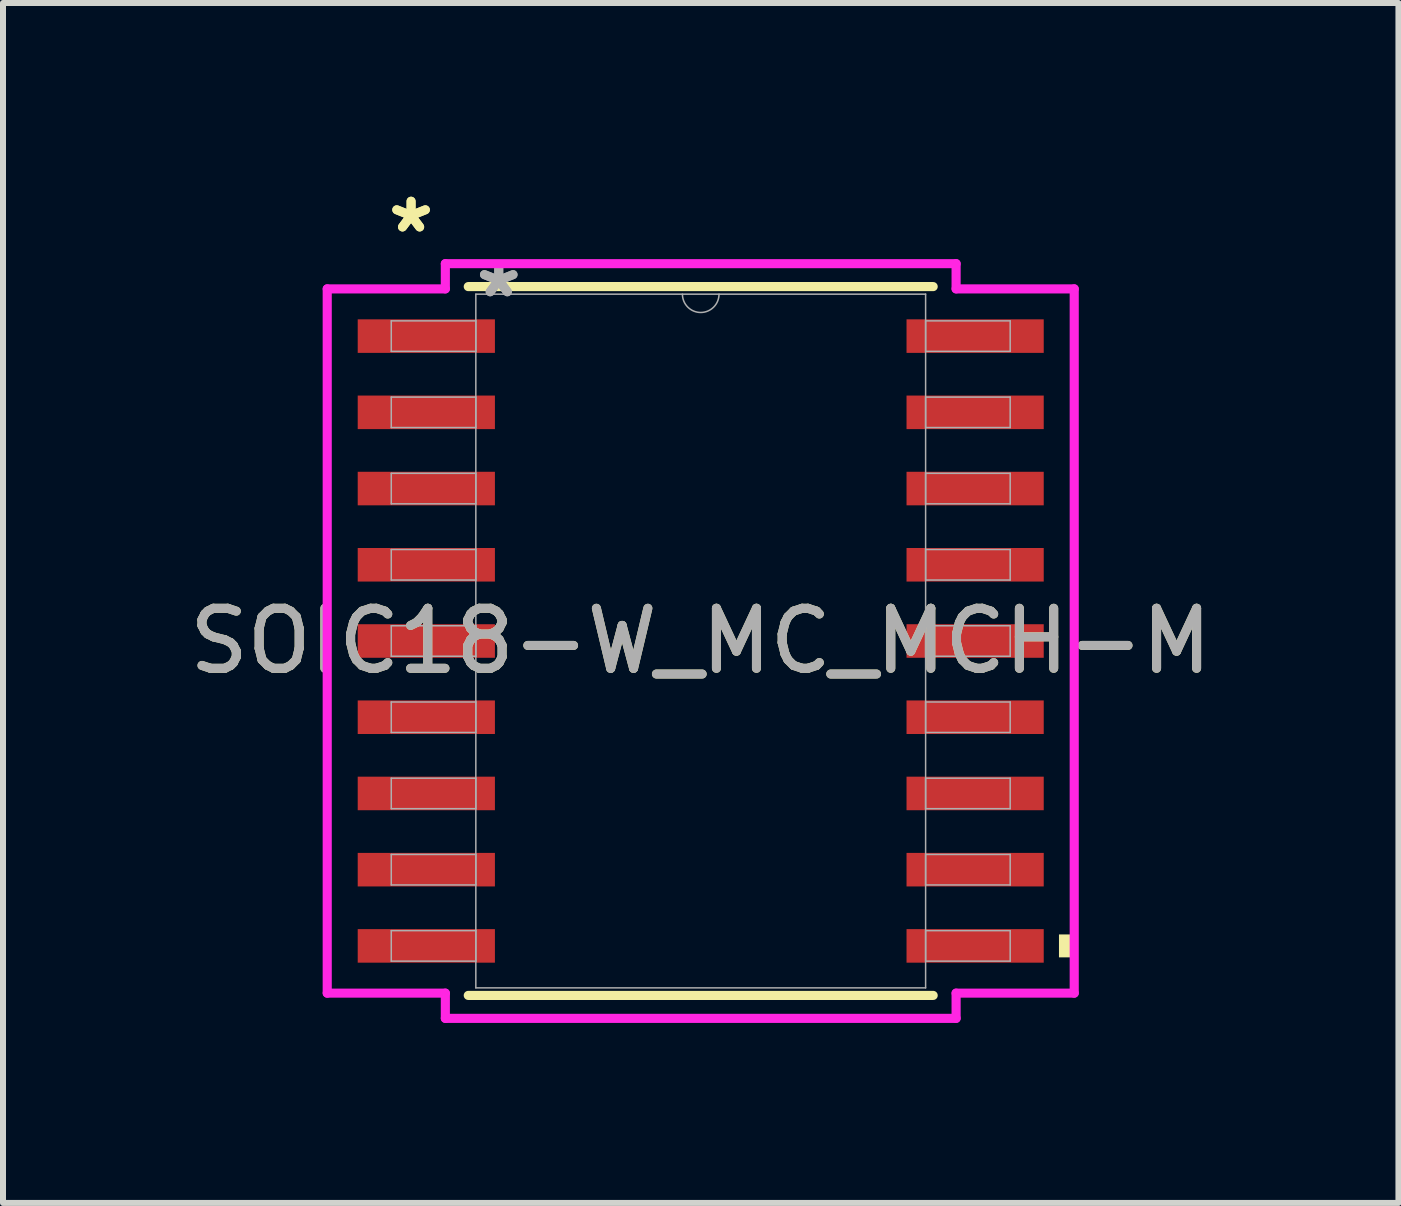
<source format=kicad_pcb>
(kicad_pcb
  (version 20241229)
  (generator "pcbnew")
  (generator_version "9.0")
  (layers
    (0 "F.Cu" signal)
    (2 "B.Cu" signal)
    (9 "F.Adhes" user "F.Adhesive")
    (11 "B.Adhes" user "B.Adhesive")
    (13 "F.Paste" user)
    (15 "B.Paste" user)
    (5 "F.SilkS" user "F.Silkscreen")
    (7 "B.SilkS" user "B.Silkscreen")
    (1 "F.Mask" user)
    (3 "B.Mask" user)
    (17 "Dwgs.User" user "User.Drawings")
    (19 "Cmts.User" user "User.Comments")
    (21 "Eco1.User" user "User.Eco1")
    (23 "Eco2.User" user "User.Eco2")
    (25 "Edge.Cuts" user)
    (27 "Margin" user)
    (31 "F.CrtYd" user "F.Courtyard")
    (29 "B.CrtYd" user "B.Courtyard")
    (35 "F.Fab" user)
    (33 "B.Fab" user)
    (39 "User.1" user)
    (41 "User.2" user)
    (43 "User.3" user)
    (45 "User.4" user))
  (footprint "SOIC18-W_MC_MCH-M"
    (layer "F.Cu")
    (at 8.625 7.63)
    (property "Reference" "SOIC18-W_MC_MCH-M" (at 0 0 0) (unlocked yes) (layer "F.SilkS") (effects (font (size 1 1) (thickness 0.15))))
    (attr smd)
    (fp_line (start -3.873 5.905) (end 3.873 5.905) (stroke (width 0.152) (type solid)) (layer "F.SilkS"))
    (fp_line (start 3.873 -5.905) (end -3.873 -5.905) (stroke (width 0.152) (type solid)) (layer "F.SilkS"))
    (fp_poly (pts (xy 6.223 4.889) (xy 6.223 5.271) (xy 5.969 5.271) (xy 5.969 4.889)) (stroke (width 0) (type solid)) (fill yes) (layer "F.SilkS"))
    (fp_line (start -6.223 -5.867) (end -4.255 -5.867) (stroke (width 0.152) (type solid)) (layer "F.CrtYd"))
    (fp_line (start -6.223 5.867) (end -6.223 -5.867) (stroke (width 0.152) (type solid)) (layer "F.CrtYd"))
    (fp_line (start -6.223 5.867) (end -4.255 5.867) (stroke (width 0.152) (type solid)) (layer "F.CrtYd"))
    (fp_line (start -4.255 -6.287) (end 4.255 -6.287) (stroke (width 0.152) (type solid)) (layer "F.CrtYd"))
    (fp_line (start -4.255 -5.867) (end -4.255 -6.287) (stroke (width 0.152) (type solid)) (layer "F.CrtYd"))
    (fp_line (start -4.255 6.287) (end -4.255 5.867) (stroke (width 0.152) (type solid)) (layer "F.CrtYd"))
    (fp_line (start 4.255 -6.287) (end 4.255 -5.867) (stroke (width 0.152) (type solid)) (layer "F.CrtYd"))
    (fp_line (start 4.255 5.867) (end 4.255 6.287) (stroke (width 0.152) (type solid)) (layer "F.CrtYd"))
    (fp_line (start 4.255 6.287) (end -4.255 6.287) (stroke (width 0.152) (type solid)) (layer "F.CrtYd"))
    (fp_line (start 6.223 -5.867) (end 4.255 -5.867) (stroke (width 0.152) (type solid)) (layer "F.CrtYd"))
    (fp_line (start 6.223 -5.867) (end 6.223 5.867) (stroke (width 0.152) (type solid)) (layer "F.CrtYd"))
    (fp_line (start 6.223 5.867) (end 4.255 5.867) (stroke (width 0.152) (type solid)) (layer "F.CrtYd"))
    (fp_line (start -5.156 -5.334) (end -5.156 -4.826) (stroke (width 0.025) (type solid)) (layer "F.Fab"))
    (fp_line (start -5.156 -4.826) (end -3.747 -4.826) (stroke (width 0.025) (type solid)) (layer "F.Fab"))
    (fp_line (start -5.156 -4.064) (end -5.156 -3.556) (stroke (width 0.025) (type solid)) (layer "F.Fab"))
    (fp_line (start -5.156 -3.556) (end -3.747 -3.556) (stroke (width 0.025) (type solid)) (layer "F.Fab"))
    (fp_line (start -5.156 -2.794) (end -5.156 -2.286) (stroke (width 0.025) (type solid)) (layer "F.Fab"))
    (fp_line (start -5.156 -2.286) (end -3.747 -2.286) (stroke (width 0.025) (type solid)) (layer "F.Fab"))
    (fp_line (start -5.156 -1.524) (end -5.156 -1.016) (stroke (width 0.025) (type solid)) (layer "F.Fab"))
    (fp_line (start -5.156 -1.016) (end -3.747 -1.016) (stroke (width 0.025) (type solid)) (layer "F.Fab"))
    (fp_line (start -5.156 -0.254) (end -5.156 0.254) (stroke (width 0.025) (type solid)) (layer "F.Fab"))
    (fp_line (start -5.156 0.254) (end -3.747 0.254) (stroke (width 0.025) (type solid)) (layer "F.Fab"))
    (fp_line (start -5.156 1.016) (end -5.156 1.524) (stroke (width 0.025) (type solid)) (layer "F.Fab"))
    (fp_line (start -5.156 1.524) (end -3.747 1.524) (stroke (width 0.025) (type solid)) (layer "F.Fab"))
    (fp_line (start -5.156 2.286) (end -5.156 2.794) (stroke (width 0.025) (type solid)) (layer "F.Fab"))
    (fp_line (start -5.156 2.794) (end -3.747 2.794) (stroke (width 0.025) (type solid)) (layer "F.Fab"))
    (fp_line (start -5.156 3.556) (end -5.156 4.064) (stroke (width 0.025) (type solid)) (layer "F.Fab"))
    (fp_line (start -5.156 4.064) (end -3.747 4.064) (stroke (width 0.025) (type solid)) (layer "F.Fab"))
    (fp_line (start -5.156 4.826) (end -5.156 5.334) (stroke (width 0.025) (type solid)) (layer "F.Fab"))
    (fp_line (start -5.156 5.334) (end -3.747 5.334) (stroke (width 0.025) (type solid)) (layer "F.Fab"))
    (fp_line (start -3.747 -5.779) (end -3.747 5.779) (stroke (width 0.025) (type solid)) (layer "F.Fab"))
    (fp_line (start -3.747 -5.334) (end -5.156 -5.334) (stroke (width 0.025) (type solid)) (layer "F.Fab"))
    (fp_line (start -3.747 -4.826) (end -3.747 -5.334) (stroke (width 0.025) (type solid)) (layer "F.Fab"))
    (fp_line (start -3.747 -4.064) (end -5.156 -4.064) (stroke (width 0.025) (type solid)) (layer "F.Fab"))
    (fp_line (start -3.747 -3.556) (end -3.747 -4.064) (stroke (width 0.025) (type solid)) (layer "F.Fab"))
    (fp_line (start -3.747 -2.794) (end -5.156 -2.794) (stroke (width 0.025) (type solid)) (layer "F.Fab"))
    (fp_line (start -3.747 -2.286) (end -3.747 -2.794) (stroke (width 0.025) (type solid)) (layer "F.Fab"))
    (fp_line (start -3.747 -1.524) (end -5.156 -1.524) (stroke (width 0.025) (type solid)) (layer "F.Fab"))
    (fp_line (start -3.747 -1.016) (end -3.747 -1.524) (stroke (width 0.025) (type solid)) (layer "F.Fab"))
    (fp_line (start -3.747 -0.254) (end -5.156 -0.254) (stroke (width 0.025) (type solid)) (layer "F.Fab"))
    (fp_line (start -3.747 0.254) (end -3.747 -0.254) (stroke (width 0.025) (type solid)) (layer "F.Fab"))
    (fp_line (start -3.747 1.016) (end -5.156 1.016) (stroke (width 0.025) (type solid)) (layer "F.Fab"))
    (fp_line (start -3.747 1.524) (end -3.747 1.016) (stroke (width 0.025) (type solid)) (layer "F.Fab"))
    (fp_line (start -3.747 2.286) (end -5.156 2.286) (stroke (width 0.025) (type solid)) (layer "F.Fab"))
    (fp_line (start -3.747 2.794) (end -3.747 2.286) (stroke (width 0.025) (type solid)) (layer "F.Fab"))
    (fp_line (start -3.747 3.556) (end -5.156 3.556) (stroke (width 0.025) (type solid)) (layer "F.Fab"))
    (fp_line (start -3.747 4.064) (end -3.747 3.556) (stroke (width 0.025) (type solid)) (layer "F.Fab"))
    (fp_line (start -3.747 4.826) (end -5.156 4.826) (stroke (width 0.025) (type solid)) (layer "F.Fab"))
    (fp_line (start -3.747 5.334) (end -3.747 4.826) (stroke (width 0.025) (type solid)) (layer "F.Fab"))
    (fp_line (start -3.747 5.779) (end 3.747 5.779) (stroke (width 0.025) (type solid)) (layer "F.Fab"))
    (fp_line (start 3.747 -5.779) (end -3.747 -5.779) (stroke (width 0.025) (type solid)) (layer "F.Fab"))
    (fp_line (start 3.747 -5.334) (end 3.747 -4.826) (stroke (width 0.025) (type solid)) (layer "F.Fab"))
    (fp_line (start 3.747 -4.826) (end 5.156 -4.826) (stroke (width 0.025) (type solid)) (layer "F.Fab"))
    (fp_line (start 3.747 -4.064) (end 3.747 -3.556) (stroke (width 0.025) (type solid)) (layer "F.Fab"))
    (fp_line (start 3.747 -3.556) (end 5.156 -3.556) (stroke (width 0.025) (type solid)) (layer "F.Fab"))
    (fp_line (start 3.747 -2.794) (end 3.747 -2.286) (stroke (width 0.025) (type solid)) (layer "F.Fab"))
    (fp_line (start 3.747 -2.286) (end 5.156 -2.286) (stroke (width 0.025) (type solid)) (layer "F.Fab"))
    (fp_line (start 3.747 -1.524) (end 3.747 -1.016) (stroke (width 0.025) (type solid)) (layer "F.Fab"))
    (fp_line (start 3.747 -1.016) (end 5.156 -1.016) (stroke (width 0.025) (type solid)) (layer "F.Fab"))
    (fp_line (start 3.747 -0.254) (end 3.747 0.254) (stroke (width 0.025) (type solid)) (layer "F.Fab"))
    (fp_line (start 3.747 0.254) (end 5.156 0.254) (stroke (width 0.025) (type solid)) (layer "F.Fab"))
    (fp_line (start 3.747 1.016) (end 3.747 1.524) (stroke (width 0.025) (type solid)) (layer "F.Fab"))
    (fp_line (start 3.747 1.524) (end 5.156 1.524) (stroke (width 0.025) (type solid)) (layer "F.Fab"))
    (fp_line (start 3.747 2.286) (end 3.747 2.794) (stroke (width 0.025) (type solid)) (layer "F.Fab"))
    (fp_line (start 3.747 2.794) (end 5.156 2.794) (stroke (width 0.025) (type solid)) (layer "F.Fab"))
    (fp_line (start 3.747 3.556) (end 3.747 4.064) (stroke (width 0.025) (type solid)) (layer "F.Fab"))
    (fp_line (start 3.747 4.064) (end 5.156 4.064) (stroke (width 0.025) (type solid)) (layer "F.Fab"))
    (fp_line (start 3.747 4.826) (end 3.747 5.334) (stroke (width 0.025) (type solid)) (layer "F.Fab"))
    (fp_line (start 3.747 5.334) (end 5.156 5.334) (stroke (width 0.025) (type solid)) (layer "F.Fab"))
    (fp_line (start 3.747 5.779) (end 3.747 -5.779) (stroke (width 0.025) (type solid)) (layer "F.Fab"))
    (fp_line (start 5.156 -5.334) (end 3.747 -5.334) (stroke (width 0.025) (type solid)) (layer "F.Fab"))
    (fp_line (start 5.156 -4.826) (end 5.156 -5.334) (stroke (width 0.025) (type solid)) (layer "F.Fab"))
    (fp_line (start 5.156 -4.064) (end 3.747 -4.064) (stroke (width 0.025) (type solid)) (layer "F.Fab"))
    (fp_line (start 5.156 -3.556) (end 5.156 -4.064) (stroke (width 0.025) (type solid)) (layer "F.Fab"))
    (fp_line (start 5.156 -2.794) (end 3.747 -2.794) (stroke (width 0.025) (type solid)) (layer "F.Fab"))
    (fp_line (start 5.156 -2.286) (end 5.156 -2.794) (stroke (width 0.025) (type solid)) (layer "F.Fab"))
    (fp_line (start 5.156 -1.524) (end 3.747 -1.524) (stroke (width 0.025) (type solid)) (layer "F.Fab"))
    (fp_line (start 5.156 -1.016) (end 5.156 -1.524) (stroke (width 0.025) (type solid)) (layer "F.Fab"))
    (fp_line (start 5.156 -0.254) (end 3.747 -0.254) (stroke (width 0.025) (type solid)) (layer "F.Fab"))
    (fp_line (start 5.156 0.254) (end 5.156 -0.254) (stroke (width 0.025) (type solid)) (layer "F.Fab"))
    (fp_line (start 5.156 1.016) (end 3.747 1.016) (stroke (width 0.025) (type solid)) (layer "F.Fab"))
    (fp_line (start 5.156 1.524) (end 5.156 1.016) (stroke (width 0.025) (type solid)) (layer "F.Fab"))
    (fp_line (start 5.156 2.286) (end 3.747 2.286) (stroke (width 0.025) (type solid)) (layer "F.Fab"))
    (fp_line (start 5.156 2.794) (end 5.156 2.286) (stroke (width 0.025) (type solid)) (layer "F.Fab"))
    (fp_line (start 5.156 3.556) (end 3.747 3.556) (stroke (width 0.025) (type solid)) (layer "F.Fab"))
    (fp_line (start 5.156 4.064) (end 5.156 3.556) (stroke (width 0.025) (type solid)) (layer "F.Fab"))
    (fp_line (start 5.156 4.826) (end 3.747 4.826) (stroke (width 0.025) (type solid)) (layer "F.Fab"))
    (fp_line (start 5.156 5.334) (end 5.156 4.826) (stroke (width 0.025) (type solid)) (layer "F.Fab"))
    (fp_arc (start 0.3048 -5.7785) (mid 0 -5.4737) (end -0.3048 -5.7785) (stroke (width 0.0254) (type solid)) (layer "F.Fab"))
    (fp_text user "*" (at -4.826 -6.782 0) (unlocked yes) (layer "F.SilkS") (effects (font (size 1 1) (thickness 0.15))))
    (fp_text user "*" (at -4.826 -6.782 0) (layer "F.SilkS") (effects (font (size 1 1) (thickness 0.15))))
    (fp_text user "*" (at -3.365 -5.702 0) (layer "F.Fab") (effects (font (size 1 1) (thickness 0.15))))
    (fp_text user "${REFERENCE}" (at 0 0 0) (unlocked yes) (layer "F.Fab") (effects (font (size 1 1) (thickness 0.15))))
    (fp_text user "*" (at -3.365 -5.702 0) (unlocked yes) (layer "F.Fab") (effects (font (size 1 1) (thickness 0.15))))
    (pad "1" smd rect (at -4.572 -5.08) (size 2.286 0.559) (layers "F.Cu" "F.Mask" "F.Paste"))
    (pad "2" smd rect (at -4.572 -3.81) (size 2.286 0.559) (layers "F.Cu" "F.Mask" "F.Paste"))
    (pad "3" smd rect (at -4.572 -2.54) (size 2.286 0.559) (layers "F.Cu" "F.Mask" "F.Paste"))
    (pad "4" smd rect (at -4.572 -1.27) (size 2.286 0.559) (layers "F.Cu" "F.Mask" "F.Paste"))
    (pad "5" smd rect (at -4.572 0) (size 2.286 0.559) (layers "F.Cu" "F.Mask" "F.Paste"))
    (pad "6" smd rect (at -4.572 1.27) (size 2.286 0.559) (layers "F.Cu" "F.Mask" "F.Paste"))
    (pad "7" smd rect (at -4.572 2.54) (size 2.286 0.559) (layers "F.Cu" "F.Mask" "F.Paste"))
    (pad "8" smd rect (at -4.572 3.81) (size 2.286 0.559) (layers "F.Cu" "F.Mask" "F.Paste"))
    (pad "9" smd rect (at -4.572 5.08) (size 2.286 0.559) (layers "F.Cu" "F.Mask" "F.Paste"))
    (pad "10" smd rect (at 4.572 5.08) (size 2.286 0.559) (layers "F.Cu" "F.Mask" "F.Paste"))
    (pad "11" smd rect (at 4.572 3.81) (size 2.286 0.559) (layers "F.Cu" "F.Mask" "F.Paste"))
    (pad "12" smd rect (at 4.572 2.54) (size 2.286 0.559) (layers "F.Cu" "F.Mask" "F.Paste"))
    (pad "13" smd rect (at 4.572 1.27) (size 2.286 0.559) (layers "F.Cu" "F.Mask" "F.Paste"))
    (pad "14" smd rect (at 4.572 0) (size 2.286 0.559) (layers "F.Cu" "F.Mask" "F.Paste"))
    (pad "15" smd rect (at 4.572 -1.27) (size 2.286 0.559) (layers "F.Cu" "F.Mask" "F.Paste"))
    (pad "16" smd rect (at 4.572 -2.54) (size 2.286 0.559) (layers "F.Cu" "F.Mask" "F.Paste"))
    (pad "17" smd rect (at 4.572 -3.81) (size 2.286 0.559) (layers "F.Cu" "F.Mask" "F.Paste"))
    (pad "18" smd rect (at 4.572 -5.08) (size 2.286 0.559) (layers "F.Cu" "F.Mask" "F.Paste")))
  (gr_rect
    (start -3 -3)
    (end 20.25 16.993)
    (stroke (width 0.1) (type default))
    (fill no)
    (layer "Edge.Cuts")))
</source>
